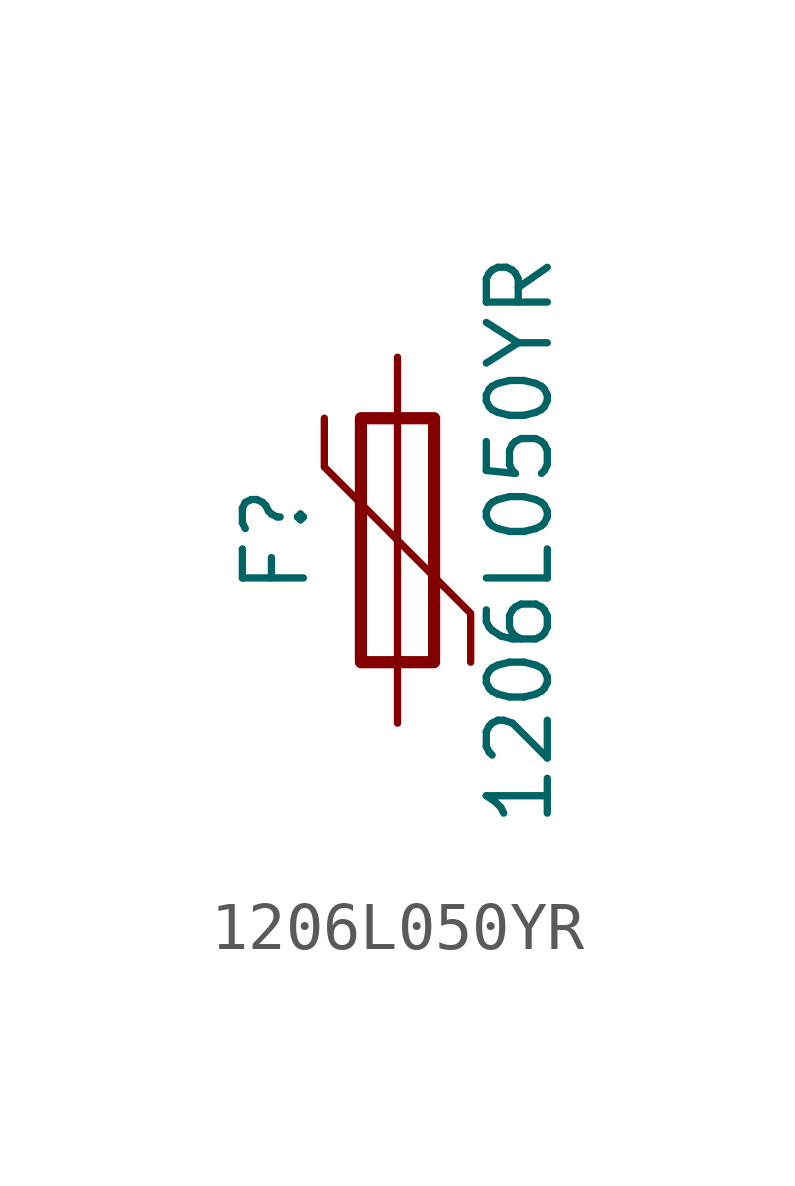
<source format=kicad_sym>
(kicad_symbol_lib
  (version 20211014)
  (generator kicad_symbol_editor)
  (symbol "1206L050YR"
    (pin_numbers hide)
    (pin_names
      (offset 0))
    (property "Reference" "F"
      (at -2.54 0 90)
      (effects (font (size 1.27 1.27))))
    (property "Value" "1206L050YR"
      (at 2.54 0 90)
      (effects (font (size 1.27 1.27))))
    (symbol "1206L050YR_0_1"
      (rectangle (start -0.762 2.54) (end 0.762 -2.54) (stroke (width 0.254) (type default) (color 0 0 0 0)) (fill (type none)))
      (polyline (pts (xy 0 2.54) (xy 0 -2.54)) (stroke (width 0) (type default) (color 0 0 0 0)) (fill (type none)))
      (polyline (pts (xy -1.524 2.54) (xy -1.524 1.524) (xy 1.524 -1.524) (xy 1.524 -2.54)) (stroke (width 0) (type default) (color 0 0 0 0)) (fill (type none))))
    (symbol "1206L050YR_1_1"
      (pin passive line (at 0 3.81 270) (length 1.27) (name "~" (effects (font (size 1.27 1.27)))) (number "1" (effects (font (size 1.27 1.27)))))
      (pin passive line (at 0 -3.81 90) (length 1.27) (name "~" (effects (font (size 1.27 1.27)))) (number "2" (effects (font (size 1.27 1.27))))))))
</source>
